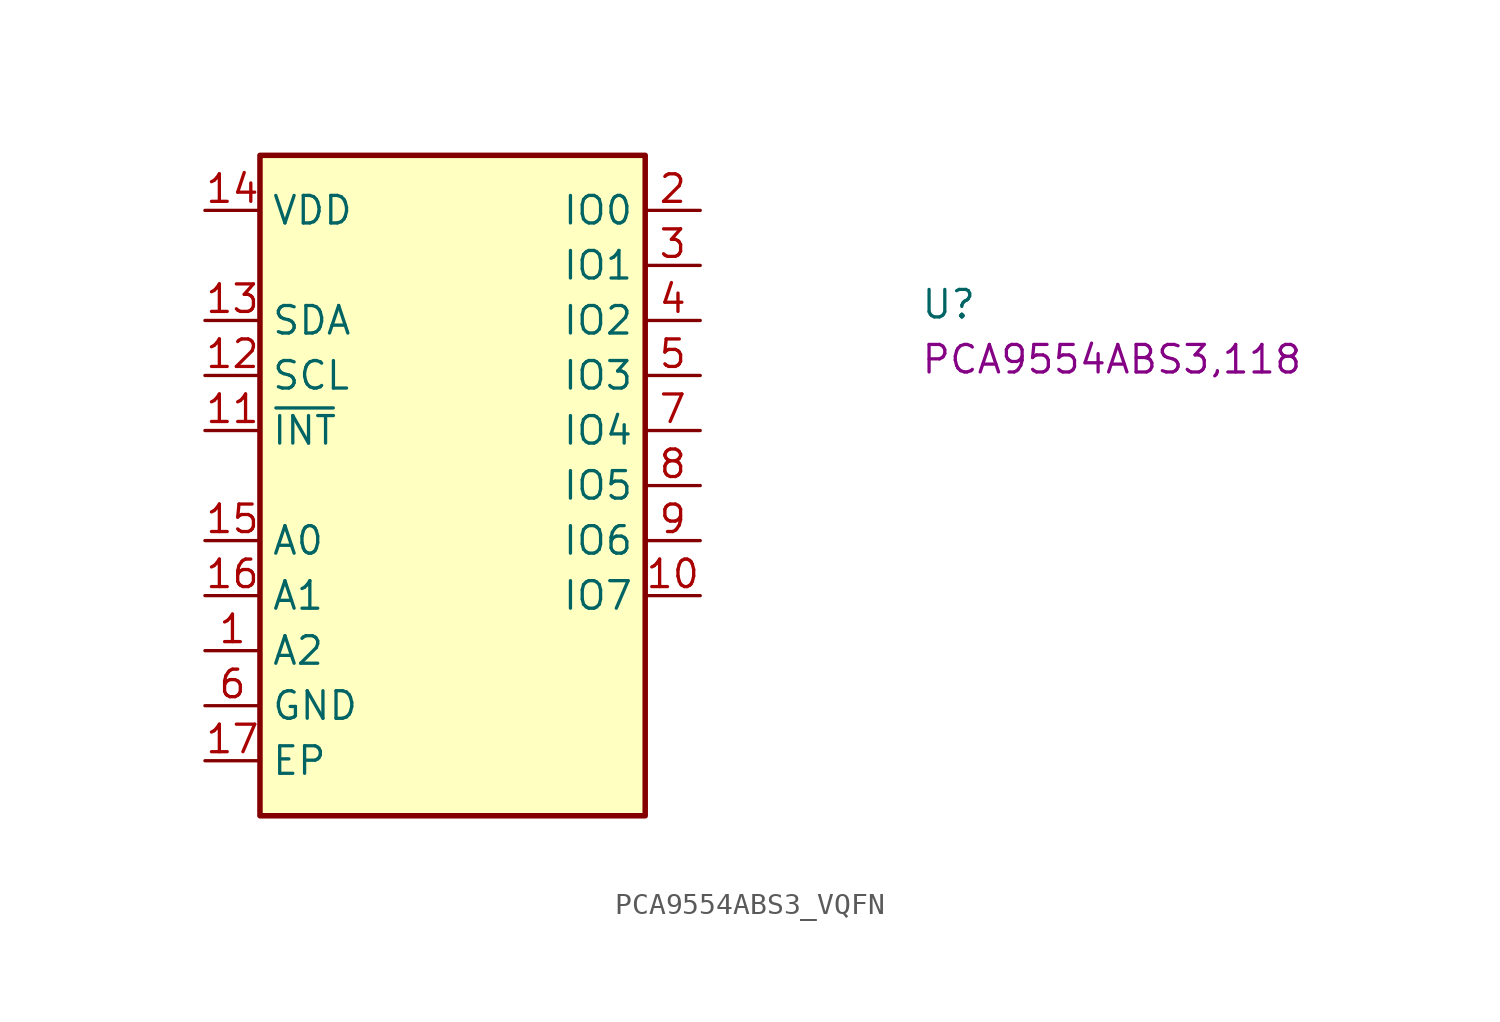
<source format=kicad_sym>
(kicad_symbol_lib
  (version 20220914)
  (generator kicad_symbol_editor)
  (symbol "PCA9554ABS3_VQFN"
    (property "Reference" "U"
      (at 33.02 -5.08 0)
      (effects (font (size 1.27 1.27) (thickness 0.15)) (justify left bottom)))
    (property "MPN" "PCA9554ABS3,118"
      (at 33.02 -7.62 0)
      (effects (font (size 1.27 1.27) (thickness 0.15)) (justify left bottom)))
    (symbol "PCA9554ABS3_VQFN_1_1"
      (rectangle (start 2.54 2.54) (end 20.32 -27.94) (stroke (width 0.254) (type default)) (fill (type background)))
      (pin input line (at 0 -20.32 0) (length 2.54) (name "A2" (effects (font (size 1.27 1.27)))) (number "1" (effects (font (size 1.27 1.27)))))
      (pin bidirectional line (at 22.86 -17.78 180) (length 2.54) (name "IO7" (effects (font (size 1.27 1.27)))) (number "10" (effects (font (size 1.27 1.27)))))
      (pin open_collector line (at 0 -10.16 0) (length 2.54) (name "~{INT}" (effects (font (size 1.27 1.27)))) (number "11" (effects (font (size 1.27 1.27)))))
      (pin input line (at 0 -7.62 0) (length 2.54) (name "SCL" (effects (font (size 1.27 1.27)))) (number "12" (effects (font (size 1.27 1.27)))))
      (pin bidirectional line (at 0 -5.08 0) (length 2.54) (name "SDA" (effects (font (size 1.27 1.27)))) (number "13" (effects (font (size 1.27 1.27)))))
      (pin power_in line (at 0 0 0) (length 2.54) (name "VDD" (effects (font (size 1.27 1.27)))) (number "14" (effects (font (size 1.27 1.27)))))
      (pin input line (at 0 -15.24 0) (length 2.54) (name "A0" (effects (font (size 1.27 1.27)))) (number "15" (effects (font (size 1.27 1.27)))))
      (pin input line (at 0 -17.78 0) (length 2.54) (name "A1" (effects (font (size 1.27 1.27)))) (number "16" (effects (font (size 1.27 1.27)))))
      (pin power_in line (at 0 -25.4 0) (length 2.54) (name "EP" (effects (font (size 1.27 1.27)))) (number "17" (effects (font (size 1.27 1.27)))))
      (pin bidirectional line (at 22.86 0 180) (length 2.54) (name "IO0" (effects (font (size 1.27 1.27)))) (number "2" (effects (font (size 1.27 1.27)))))
      (pin bidirectional line (at 22.86 -2.54 180) (length 2.54) (name "IO1" (effects (font (size 1.27 1.27)))) (number "3" (effects (font (size 1.27 1.27)))))
      (pin bidirectional line (at 22.86 -5.08 180) (length 2.54) (name "IO2" (effects (font (size 1.27 1.27)))) (number "4" (effects (font (size 1.27 1.27)))))
      (pin bidirectional line (at 22.86 -7.62 180) (length 2.54) (name "IO3" (effects (font (size 1.27 1.27)))) (number "5" (effects (font (size 1.27 1.27)))))
      (pin power_in line (at 0 -22.86 0) (length 2.54) (name "GND" (effects (font (size 1.27 1.27)))) (number "6" (effects (font (size 1.27 1.27)))))
      (pin bidirectional line (at 22.86 -10.16 180) (length 2.54) (name "IO4" (effects (font (size 1.27 1.27)))) (number "7" (effects (font (size 1.27 1.27)))))
      (pin bidirectional line (at 22.86 -12.7 180) (length 2.54) (name "IO5" (effects (font (size 1.27 1.27)))) (number "8" (effects (font (size 1.27 1.27)))))
      (pin bidirectional line (at 22.86 -15.24 180) (length 2.54) (name "IO6" (effects (font (size 1.27 1.27)))) (number "9" (effects (font (size 1.27 1.27))))))))
</source>
